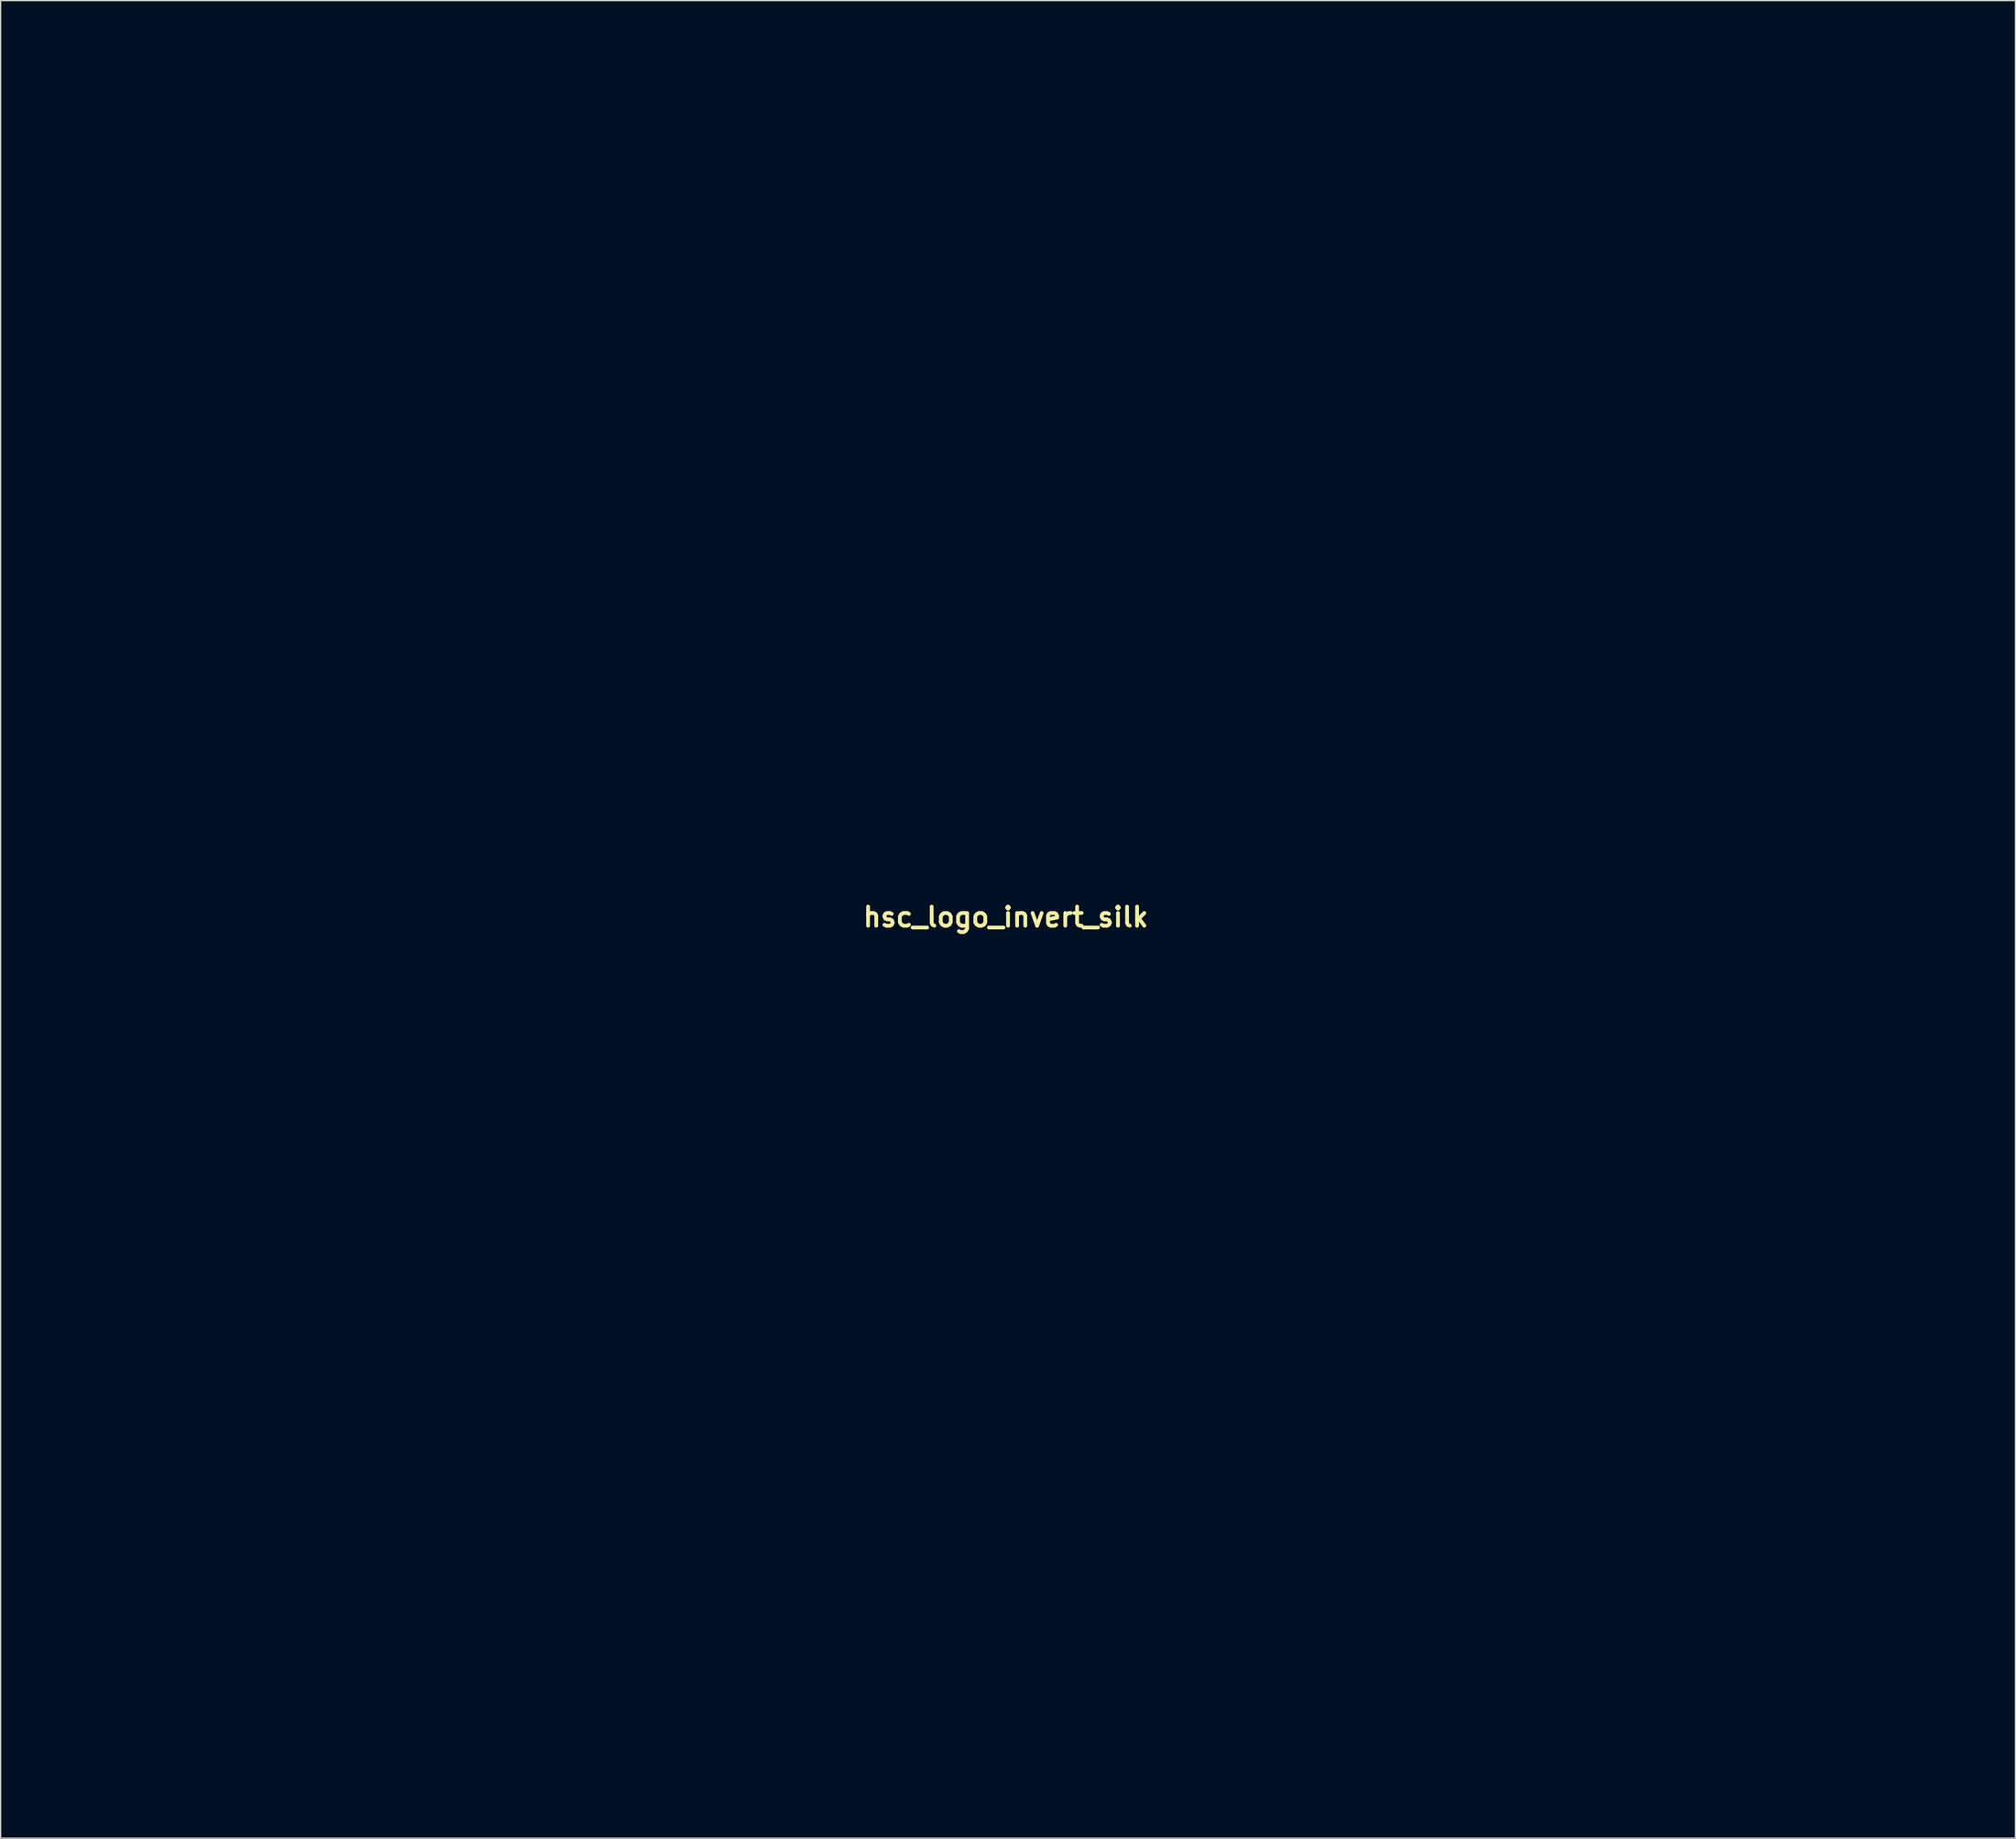
<source format=kicad_pcb>
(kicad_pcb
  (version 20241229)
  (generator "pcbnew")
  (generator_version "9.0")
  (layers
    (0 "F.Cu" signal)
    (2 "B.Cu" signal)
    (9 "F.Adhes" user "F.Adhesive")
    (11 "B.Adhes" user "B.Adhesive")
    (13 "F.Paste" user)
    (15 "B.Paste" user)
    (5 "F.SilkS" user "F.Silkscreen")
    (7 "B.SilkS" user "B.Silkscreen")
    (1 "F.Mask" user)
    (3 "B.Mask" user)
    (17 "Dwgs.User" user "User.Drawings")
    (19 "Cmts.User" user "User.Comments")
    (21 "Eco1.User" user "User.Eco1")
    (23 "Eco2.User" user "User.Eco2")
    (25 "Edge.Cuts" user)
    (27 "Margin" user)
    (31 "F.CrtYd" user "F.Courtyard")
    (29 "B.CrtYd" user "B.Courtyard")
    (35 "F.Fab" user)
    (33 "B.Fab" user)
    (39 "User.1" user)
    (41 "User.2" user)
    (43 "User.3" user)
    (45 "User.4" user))
  (footprint "hsc_logo_invert_silk"
    (layer "F.Cu")
    (at 77.263 70.208)
    (property "Reference" "hsc_logo_invert_silk" (at 0 0 0) (layer "F.SilkS") (effects (font (size 1.524 1.524) (thickness 0.3))))
    (attr through_hole)
    (fp_poly (pts (xy -75.142 70.379) (xy -75.318 70.556) (xy -75.494 70.379) (xy -75.318 70.203) (xy -75.142 70.379)) (stroke (width 0.01) (type solid)) (fill yes) (layer "F.Mask"))
    (fp_poly (pts (xy -74.083 69.674) (xy -74.26 69.85) (xy -74.436 69.674) (xy -74.26 69.497) (xy -74.083 69.674)) (stroke (width 0.01) (type solid)) (fill yes) (layer "F.Mask"))
    (fp_poly (pts (xy -71.967 70.379) (xy -72.143 70.556) (xy -72.319 70.379) (xy -72.143 70.203) (xy -71.967 70.379)) (stroke (width 0.01) (type solid)) (fill yes) (layer "F.Mask"))
    (fp_poly (pts (xy -74.554 68.909) (xy -74.602 69.119) (xy -74.789 69.144) (xy -75.079 69.015) (xy -75.024 68.909) (xy -74.605 68.867) (xy -74.554 68.909)) (stroke (width 0.01) (type solid)) (fill yes) (layer "F.Mask"))
    (fp_poly (pts (xy -70.556 69.928) (xy -70.556 69.983) (xy -70.82 70.478) (xy -71.085 70.556) (xy -71.555 70.483) (xy -71.614 70.422) (xy -71.38 70.118) (xy -71.085 69.85) (xy -70.667 69.604) (xy -70.556 69.928)) (stroke (width 0.01) (type solid)) (fill yes) (layer "F.Mask"))
    (fp_poly (pts (xy -73.438 69.284) (xy -73.028 69.812) (xy -73.186 70.316) (xy -73.819 70.515) (xy -74.284 70.45) (xy -74.064 70.329) (xy -74.015 70.316) (xy -73.592 69.946) (xy -73.634 69.594) (xy -73.671 69.214) (xy -73.438 69.284)) (stroke (width 0.01) (type solid)) (fill yes) (layer "F.Mask"))
    (fp_poly (pts (xy -27.226 -58.012) (xy -27.199 -57.62) (xy -27.071 -56.721) (xy -26.95 -56.297) (xy -26.983 -55.825) (xy -27.303 -55.739) (xy -27.775 -55.959) (xy -27.834 -56.18) (xy -27.705 -56.839) (xy -27.517 -57.503) (xy -27.31 -58.082) (xy -27.226 -58.012)) (stroke (width 0.01) (type solid)) (fill yes) (layer "F.Mask"))
    (fp_poly (pts (xy -21.441 -59.792) (xy -21.227 -59.664) (xy -20.891 -59.104) (xy -20.885 -58.295) (xy -21.159 -57.556) (xy -21.608 -57.215) (xy -22.008 -57.265) (xy -22.189 -57.722) (xy -22.225 -58.535) (xy -22.165 -59.53) (xy -21.931 -59.918) (xy -21.441 -59.792)) (stroke (width 0.01) (type solid)) (fill yes) (layer "F.Mask"))
    (fp_poly (pts (xy -15.797 -59.792) (xy -15.582 -59.664) (xy -15.246 -59.104) (xy -15.24 -58.295) (xy -15.514 -57.556) (xy -15.963 -57.215) (xy -16.364 -57.265) (xy -16.544 -57.722) (xy -16.581 -58.535) (xy -16.521 -59.53) (xy -16.287 -59.918) (xy -15.797 -59.792)) (stroke (width 0.01) (type solid)) (fill yes) (layer "F.Mask"))
    (fp_poly (pts (xy 9.913 -59.63) (xy 10.137 -58.78) (xy 10.227 -57.294) (xy 10.231 -56.776) (xy 10.213 -55.37) (xy 10.139 -54.528) (xy 9.977 -54.112) (xy 9.693 -53.98) (xy 9.584 -53.975) (xy 8.913 -54.09) (xy 8.702 -54.21) (xy 8.515 -54.765) (xy 8.44 -55.776) (xy 8.465 -57.005) (xy 8.578 -58.216) (xy 8.765 -59.17) (xy 8.98 -59.607) (xy 9.535 -59.89) (xy 9.913 -59.63)) (stroke (width 0.01) (type solid)) (fill yes) (layer "F.Mask"))
    (fp_poly (pts (xy 15.91 -59.63) (xy 16.134 -58.78) (xy 16.224 -57.294) (xy 16.228 -56.776) (xy 16.21 -55.37) (xy 16.136 -54.528) (xy 15.974 -54.112) (xy 15.69 -53.98) (xy 15.581 -53.975) (xy 14.91 -54.09) (xy 14.699 -54.21) (xy 14.512 -54.765) (xy 14.438 -55.776) (xy 14.463 -57.005) (xy 14.575 -58.216) (xy 14.763 -59.17) (xy 14.978 -59.607) (xy 15.532 -59.89) (xy 15.91 -59.63)) (stroke (width 0.01) (type solid)) (fill yes) (layer "F.Mask"))
    (fp_poly (pts (xy -34.247 -46.755) (xy -33.731 -46.449) (xy -32.808 -45.845) (xy -32.808 -40.808) (xy -32.836 -38.458) (xy -32.921 -36.78) (xy -33.064 -35.744) (xy -33.232 -35.348) (xy -34.006 -34.972) (xy -35.002 -34.938) (xy -35.904 -35.217) (xy -36.334 -35.626) (xy -36.486 -36.292) (xy -36.585 -37.558) (xy -36.626 -39.324) (xy -36.611 -41.169) (xy -36.568 -43.101) (xy -36.515 -44.449) (xy -36.43 -45.336) (xy -36.288 -45.882) (xy -36.066 -46.21) (xy -35.741 -46.443) (xy -35.583 -46.533) (xy -34.847 -46.855) (xy -34.247 -46.755)) (stroke (width 0.01) (type solid)) (fill yes) (layer "F.Mask"))
    (fp_poly (pts (xy 66.517 65.844) (xy 67.128 66.256) (xy 67.278 66.791) (xy 67.092 67.105) (xy 66.882 67.622) (xy 67.079 67.972) (xy 67.268 68.36) (xy 66.983 68.448) (xy 66.932 68.648) (xy 67.345 69.146) (xy 67.733 69.497) (xy 68.968 70.537) (xy 64.823 70.546) (xy 63.209 70.529) (xy 61.89 70.475) (xy 61.005 70.392) (xy 60.691 70.291) (xy 60.956 69.938) (xy 61.612 69.348) (xy 62.014 69.03) (xy 62.958 68.405) (xy 63.773 68.182) (xy 64.823 68.258) (xy 65.842 68.351) (xy 66.244 68.18) (xy 66.061 67.672) (xy 65.44 66.885) (xy 64.876 66.213) (xy 64.574 65.823) (xy 64.558 65.792) (xy 64.865 65.735) (xy 65.594 65.695) (xy 66.517 65.844)) (stroke (width 0.01) (type solid)) (fill yes) (layer "F.Mask"))
    (fp_poly (pts (xy 74.737 45.819) (xy 74.967 46.076) (xy 75.349 46.463) (xy 75.483 46.412) (xy 75.71 46.422) (xy 76.267 46.835) (xy 76.553 47.096) (xy 77.611 48.11) (xy 77.611 58.948) (xy 76.641 59.795) (xy 75.633 60.404) (xy 74.22 60.934) (xy 72.705 61.289) (xy 71.661 61.383) (xy 71.037 61.229) (xy 70.024 60.826) (xy 68.945 60.313) (xy 67.792 59.69) (xy 66.854 59.121) (xy 66.375 58.765) (xy 66.067 57.985) (xy 66.246 56.853) (xy 66.879 55.495) (xy 67.36 54.765) (xy 68.008 53.787) (xy 68.479 52.926) (xy 68.58 52.674) (xy 69.021 51.873) (xy 69.506 51.321) (xy 70.031 50.705) (xy 70.203 50.281) (xy 70.433 49.856) (xy 71.046 49.071) (xy 71.93 48.069) (xy 72.332 47.64) (xy 73.36 46.581) (xy 74.026 45.97) (xy 74.446 45.739) (xy 74.737 45.819)) (stroke (width 0.01) (type solid)) (fill yes) (layer "F.Mask"))
    (fp_poly (pts (xy 77.611 -22.225) (xy -68.076 -22.225) (xy -69.316 -19.717) (xy -70.056 -18.141) (xy -70.443 -17.094) (xy -70.49 -16.5) (xy -70.212 -16.286) (xy -69.938 -16.301) (xy -69.462 -16.189) (xy -69.414 -15.948) (xy -69.356 -15.672) (xy -68.89 -15.824) (xy -68.752 -15.896) (xy -68.094 -16.123) (xy -67.737 -15.881) (xy -67.364 -15.519) (xy -67.251 -15.498) (xy -66.648 -15.447) (xy -65.913 -15.229) (xy -65.367 -14.955) (xy -65.264 -14.816) (xy -64.959 -14.718) (xy -64.191 -14.794) (xy -63.765 -14.88) (xy -61.855 -15.024) (xy -60.246 -14.563) (xy -59.009 -13.541) (xy -58.214 -12.004) (xy -58.025 -11.19) (xy -57.77 -9.995) (xy -57.379 -8.54) (xy -57.106 -7.663) (xy -56.43 -5.624) (xy -58.186 -2.197) (xy -58.94 -0.644) (xy -59.443 0.569) (xy -59.655 1.339) (xy -59.624 1.547) (xy -59.066 1.656) (xy -58.173 1.384) (xy -57.147 0.814) (xy -56.423 0.251) (xy -54.534 -1.361) (xy -53.004 -2.476) (xy -51.865 -3.073) (xy -51.376 -3.175) (xy -50.604 -2.943) (xy -49.716 -2.191) (xy -49.142 -1.533) (xy -48.376 -0.595) (xy -47.309 0.707) (xy -46.088 2.196) (xy -44.979 3.548) (xy -43.685 5.133) (xy -42.355 6.777) (xy -41.161 8.267) (xy -40.404 9.225) (xy -38.577 11.504) (xy -36.658 13.8) (xy -34.815 15.916) (xy -33.231 17.639) (xy -31.714 19.226) (xy -30.782 17.992) (xy -30.061 17.132) (xy -29.033 16.021) (xy -27.908 14.885) (xy -27.801 14.782) (xy -26.738 13.663) (xy -26.022 12.718) (xy -25.94 12.524) (xy -21.872 12.524) (xy -21.696 12.7) (xy -21.519 12.524) (xy -20.99 12.524) (xy -20.135 13.494) (xy -19.446 14.231) (xy -19.111 14.46) (xy -19.05 14.349) (xy -19.287 14.065) (xy -19.871 13.512) (xy -20.02 13.379) (xy -20.99 12.524) (xy -21.519 12.524) (xy -21.696 12.347) (xy -21.872 12.524) (xy -25.94 12.524) (xy -25.767 12.112) (xy -23.166 12.112) (xy -23.117 12.322) (xy -22.931 12.347) (xy -22.64 12.218) (xy -22.665 12.171) (xy 11.751 12.171) (xy 11.769 13.108) (xy 11.821 13.52) (xy 11.894 13.324) (xy 11.955 12.251) (xy 11.897 11.207) (xy 11.825 10.916) (xy 11.773 11.257) (xy 11.751 12.155) (xy 11.751 12.171) (xy -22.665 12.171) (xy -22.695 12.112) (xy -23.114 12.07) (xy -23.166 12.112) (xy -25.767 12.112) (xy -25.753 12.079) (xy -25.753 12.069) (xy -25.627 10.98) (xy -25.284 9.402) (xy -25.035 8.467) (xy 11.994 8.467) (xy 12.124 8.757) (xy 12.23 8.702) (xy 12.272 8.283) (xy 12.23 8.231) (xy 12.02 8.28) (xy 11.994 8.467) (xy -25.035 8.467) (xy -24.775 7.496) (xy -24.15 5.425) (xy -23.461 3.353) (xy -22.758 1.441) (xy -22.736 1.388) (xy -17.207 1.388) (xy -16.955 3.183) (xy -16.538 4.735) (xy -15.816 6.563) (xy -15.068 7.78) (xy -14.322 8.365) (xy -13.607 8.296) (xy -12.953 7.552) (xy -12.885 7.426) (xy -12.482 6.073) (xy -12.37 4.323) (xy -12.52 2.401) (xy -12.727 1.388) (xy -1.332 1.388) (xy -1.08 3.183) (xy -0.663 4.735) (xy 0.059 6.563) (xy 0.807 7.78) (xy 1.553 8.365) (xy 2.268 8.296) (xy 2.922 7.552) (xy 2.99 7.426) (xy 3.31 6.35) (xy 12.347 6.35) (xy 12.476 6.64) (xy 12.582 6.585) (xy 12.625 6.167) (xy 12.582 6.115) (xy 12.373 6.163) (xy 12.347 6.35) (xy 3.31 6.35) (xy 3.393 6.073) (xy 3.488 4.586) (xy 12.7 4.586) (xy 12.829 4.876) (xy 12.935 4.821) (xy 12.977 4.403) (xy 12.935 4.351) (xy 12.725 4.399) (xy 12.7 4.586) (xy 3.488 4.586) (xy 3.505 4.323) (xy 3.374 2.646) (xy 13.406 2.646) (xy 13.582 2.822) (xy 13.758 2.646) (xy 13.582 2.469) (xy 13.406 2.646) (xy 3.374 2.646) (xy 3.355 2.401) (xy 2.973 0.528) (xy 2.844 0.176) (xy 14.464 0.176) (xy 14.64 0.353) (xy 14.817 0.176) (xy 14.64 0) (xy 14.464 0.176) (xy 2.844 0.176) (xy 2.387 -1.071) (xy 1.742 -2.059) (xy 0.827 -2.76) (xy 0.035 -2.844) (xy -0.605 -2.389) (xy -1.066 -1.479) (xy -1.318 -0.192) (xy -1.332 1.388) (xy -12.727 1.388) (xy -12.902 0.528) (xy -13.488 -1.071) (xy -14.133 -2.059) (xy -15.048 -2.76) (xy -15.84 -2.844) (xy -16.48 -2.389) (xy -16.941 -1.479) (xy -17.193 -0.192) (xy -17.207 1.388) (xy -22.736 1.388) (xy -22.093 -0.147) (xy -21.661 -1.007) (xy -20.066 -3.749) (xy -18.65 -6) (xy -17.663 -7.402) (xy -9.121 -7.402) (xy -9.035 -5.89) (xy -8.75 -4.346) (xy -8.256 -2.864) (xy -7.541 -1.539) (xy -7.174 -1.054) (xy -6.626 -0.453) (xy -6.217 -0.253) (xy -5.827 -0.515) (xy -5.337 -1.302) (xy -4.825 -2.293) (xy -4.302 -3.448) (xy -4.102 -4.369) (xy -4.165 -5.412) (xy -4.229 -5.821) (xy -4.584 -7.385) (xy 6.75 -7.385) (xy 6.835 -5.874) (xy 7.12 -4.332) (xy 7.616 -2.853) (xy 8.335 -1.533) (xy 8.683 -1.075) (xy 9.539 -0.248) (xy 10.238 -0.07) (xy 10.886 -0.533) (xy 11.174 -0.927) (xy 11.399 -1.529) (xy 20.117 -1.529) (xy 20.133 -0.214) (xy 20.374 1.207) (xy 20.857 2.635) (xy 21.597 3.969) (xy 22.384 4.747) (xy 23.142 4.866) (xy 23.782 4.322) (xy 23.932 4.04) (xy 24.317 2.485) (xy 24.286 0.666) (xy 23.881 -1.144) (xy 23.145 -2.672) (xy 22.82 -3.087) (xy 21.965 -3.772) (xy 21.25 -3.86) (xy 20.693 -3.451) (xy 20.309 -2.641) (xy 20.117 -1.529) (xy 11.399 -1.529) (xy 11.628 -2.144) (xy 11.774 -3.777) (xy 11.699 -4.837) (xy 17.639 -4.837) (xy 17.708 -4.588) (xy 17.739 -4.616) (xy 18.002 -4.983) (xy 18.356 -5.468) (xy 18.688 -5.948) (xy 18.565 -5.925) (xy 18.256 -5.689) (xy 17.761 -5.152) (xy 17.639 -4.837) (xy 11.699 -4.837) (xy 11.643 -5.624) (xy 11.381 -6.91) (xy 27.22 -6.91) (xy 27.459 -5.498) (xy 27.974 -4.106) (xy 28.78 -2.852) (xy 28.796 -2.833) (xy 29.73 -2.011) (xy 30.576 -1.806) (xy 31.25 -2.232) (xy 31.385 -2.446) (xy 31.71 -3.599) (xy 31.732 -5.081) (xy 31.497 -6.688) (xy 31.048 -8.214) (xy 30.432 -9.452) (xy 29.694 -10.198) (xy 29.682 -10.204) (xy 28.749 -10.437) (xy 28.022 -10.107) (xy 27.515 -9.331) (xy 27.243 -8.227) (xy 27.22 -6.91) (xy 11.381 -6.91) (xy 11.265 -7.479) (xy 10.667 -9.14) (xy 9.879 -10.403) (xy 9.804 -10.485) (xy 8.927 -11.153) (xy 8.183 -11.221) (xy 7.581 -10.783) (xy 7.134 -9.934) (xy 6.854 -8.77) (xy 6.75 -7.385) (xy -4.584 -7.385) (xy -4.713 -7.955) (xy -5.373 -9.529) (xy -6.082 -10.495) (xy -6.957 -11.165) (xy -7.7 -11.234) (xy -8.298 -10.798) (xy -8.742 -9.951) (xy -9.02 -8.787) (xy -9.121 -7.402) (xy -17.663 -7.402) (xy -17.303 -7.914) (xy -15.914 -9.642) (xy -14.373 -11.338) (xy -13.582 -12.149) (xy -11.886 -13.808) (xy -10.494 -15.037) (xy -9.262 -15.951) (xy -8.046 -16.665) (xy -7.624 -16.875) (xy -4.658 -18.028) (xy -1.92 -18.516) (xy 0.595 -18.337) (xy 2.895 -17.492) (xy 4.986 -15.979) (xy 4.988 -15.977) (xy 5.92 -15.112) (xy 7.358 -16.019) (xy 9.731 -17.256) (xy 12.163 -18.055) (xy 14.431 -18.341) (xy 14.464 -18.341) (xy 16.829 -17.998) (xy 19.029 -17.034) (xy 20.938 -15.531) (xy 22.434 -13.57) (xy 22.857 -12.747) (xy 23.24 -11.911) (xy 23.477 -11.404) (xy 23.503 -11.353) (xy 23.797 -11.481) (xy 24.497 -11.927) (xy 25.313 -12.495) (xy 28.3 -14.303) (xy 31.255 -15.414) (xy 33.558 -15.796) (xy 34.996 -15.853) (xy 36.065 -15.738) (xy 37.096 -15.394) (xy 37.849 -15.045) (xy 39.733 -13.768) (xy 41.266 -11.936) (xy 42.485 -9.501) (xy 42.544 -9.349) (xy 43.002 -7.537) (xy 43.226 -5.279) (xy 43.218 -2.792) (xy 42.981 -0.292) (xy 42.519 2.002) (xy 42.383 2.469) (xy 40.821 6.639) (xy 38.895 10.246) (xy 36.621 13.26) (xy 36.505 13.387) (xy 35.521 14.486) (xy 34.749 15.399) (xy 34.296 15.999) (xy 34.219 16.151) (xy 33.958 16.641) (xy 33.268 17.416) (xy 32.289 18.346) (xy 31.161 19.301) (xy 30.025 20.149) (xy 29.692 20.37) (xy 28.686 21.072) (xy 28.125 21.572) (xy 28.038 21.811) (xy 28.457 21.73) (xy 29.16 21.403) (xy 30.72 20.396) (xy 32.505 18.93) (xy 34.373 17.148) (xy 36.183 15.192) (xy 37.793 13.207) (xy 39.008 11.426) (xy 39.246 11.116) (xy 39.584 11.003) (xy 40.186 11.094) (xy 41.22 11.402) (xy 41.83 11.601) (xy 43.103 12.023) (xy 44.146 12.377) (xy 44.746 12.59) (xy 44.765 12.597) (xy 45.097 12.57) (xy 45.105 12.012) (xy 45.08 11.875) (xy 45.047 11.271) (xy 45.207 11.144) (xy 45.49 11.624) (xy 45.508 11.796) (xy 45.711 12.302) (xy 46.156 12.798) (xy 46.598 13.043) (xy 46.734 13.003) (xy 46.76 12.606) (xy 46.687 11.701) (xy 46.675 11.608) (xy 48.683 11.608) (xy 48.891 11.97) (xy 49.396 11.811) (xy 49.638 11.604) (xy 50.037 11.471) (xy 50.423 11.95) (xy 51.137 12.748) (xy 52.195 13.417) (xy 53.246 13.739) (xy 53.335 13.744) (xy 54.115 13.632) (xy 54.816 13.421) (xy 55.968 12.753) (xy 57.301 11.617) (xy 58.657 10.167) (xy 59.879 8.556) (xy 60.02 8.342) (xy 61.553 5.512) (xy 62.81 2.261) (xy 63.714 -1.155) (xy 64.185 -4.48) (xy 64.228 -5.339) (xy 64.362 -7.106) (xy 64.643 -8.239) (xy 64.825 -8.542) (xy 65.215 -9.32) (xy 65.005 -9.882) (xy 64.293 -10.064) (xy 63.949 -10.009) (xy 63.143 -9.706) (xy 62.712 -9.382) (xy 62.463 -8.721) (xy 62.568 -8.218) (xy 62.794 -8.114) (xy 62.984 -7.793) (xy 63.106 -6.96) (xy 63.135 -6.085) (xy 62.958 -3.318) (xy 62.49 -0.612) (xy 61.772 1.974) (xy 60.845 4.38) (xy 59.752 6.547) (xy 58.535 8.414) (xy 57.235 9.922) (xy 55.894 11.012) (xy 54.554 11.624) (xy 53.256 11.698) (xy 52.043 11.174) (xy 51.429 10.613) (xy 50.673 9.443) (xy 50.447 8.461) (xy 50.352 7.72) (xy 50.122 7.408) (xy 50.119 7.408) (xy 49.878 7.714) (xy 49.54 8.484) (xy 49.181 9.498) (xy 48.876 10.536) (xy 48.7 11.379) (xy 48.683 11.608) (xy 46.675 11.608) (xy 46.531 10.475) (xy 46.513 10.35) (xy 46.374 8.288) (xy 46.465 5.767) (xy 46.763 2.985) (xy 47.244 0.141) (xy 47.885 -2.565) (xy 48.168 -3.528) (xy 48.303 -3.898) (xy 51.55 -3.898) (xy 51.615 -3.182) (xy 51.9 -1.63) (xy 52.32 -0.35) (xy 52.817 0.571) (xy 53.333 1.044) (xy 53.807 0.984) (xy 54.114 0.5) (xy 54.292 -0.458) (xy 54.333 -1.845) (xy 54.249 -3.399) (xy 54.056 -4.862) (xy 53.768 -5.972) (xy 53.76 -5.99) (xy 53.197 -7.032) (xy 52.647 -7.433) (xy 52.158 -7.257) (xy 51.78 -6.567) (xy 51.561 -5.426) (xy 51.55 -3.898) (xy 48.303 -3.898) (xy 49.265 -6.541) (xy 50.594 -9.417) (xy 51.652 -11.284) (xy 56.167 -11.284) (xy 56.248 -9.912) (xy 56.508 -8.466) (xy 56.902 -7.117) (xy 57.385 -6.037) (xy 57.911 -5.395) (xy 58.204 -5.292) (xy 58.608 -5.568) (xy 58.939 -6.044) (xy 59.157 -6.907) (xy 59.221 -8.211) (xy 59.145 -9.71) (xy 58.944 -11.158) (xy 58.633 -12.312) (xy 58.541 -12.524) (xy 57.899 -13.38) (xy 57.218 -13.574) (xy 56.617 -13.111) (xy 56.312 -12.412) (xy 56.167 -11.284) (xy 51.652 -11.284) (xy 52.096 -12.069) (xy 53.709 -14.414) (xy 55.372 -16.365) (xy 57.023 -17.837) (xy 58.601 -18.746) (xy 59.268 -18.948) (xy 61.085 -19.1) (xy 62.577 -18.685) (xy 63.897 -17.655) (xy 64.105 -17.428) (xy 65.18 -15.731) (xy 65.944 -13.512) (xy 66.406 -10.881) (xy 66.572 -7.945) (xy 66.451 -4.813) (xy 66.049 -1.594) (xy 65.373 1.603) (xy 64.431 4.67) (xy 63.229 7.499) (xy 62.333 9.125) (xy 61.541 10.463) (xy 60.772 11.833) (xy 60.343 12.647) (xy 59.64 13.808) (xy 58.696 15.084) (xy 58.138 15.734) (xy 57.446 16.544) (xy 57.07 17.106) (xy 57.076 17.286) (xy 57.597 17.002) (xy 58.383 16.23) (xy 59.342 15.09) (xy 60.381 13.701) (xy 61.407 12.185) (xy 61.511 12.013) (xy 62.855 12.013) (xy 62.989 12.662) (xy 63.514 13.785) (xy 63.525 13.807) (xy 64 14.667) (xy 64.348 14.959) (xy 64.693 14.656) (xy 65.156 13.732) (xy 65.289 13.436) (xy 65.636 12.481) (xy 65.542 11.936) (xy 64.92 11.693) (xy 63.824 11.642) (xy 63.127 11.714) (xy 62.855 12.013) (xy 61.511 12.013) (xy 62.328 10.66) (xy 62.653 10.06) (xy 63.356 8.72) (xy 63.93 7.634) (xy 64.302 6.943) (xy 64.402 6.766) (xy 64.737 6.843) (xy 65.483 7.168) (xy 65.921 7.384) (xy 66.805 7.82) (xy 67.388 8.081) (xy 67.494 8.114) (xy 67.696 7.799) (xy 68.111 6.912) (xy 68.704 5.543) (xy 69.438 3.782) (xy 70.279 1.717) (xy 71.191 -0.562) (xy 72.139 -2.966) (xy 73.087 -5.406) (xy 74 -7.793) (xy 74.843 -10.037) (xy 75.579 -12.049) (xy 76.174 -13.739) (xy 76.241 -13.935) (xy 77.435 -17.462) (xy 77.529 -1.587) (xy 77.623 14.287) (xy 76.685 16.404) (xy 76.042 17.832) (xy 75.149 19.782) (xy 74.06 22.141) (xy 72.827 24.794) (xy 71.505 27.626) (xy 70.147 30.523) (xy 68.806 33.372) (xy 67.537 36.057) (xy 66.391 38.464) (xy 65.424 40.479) (xy 65.295 40.746) (xy 64.448 42.437) (xy 63.303 44.638) (xy 61.915 47.248) (xy 60.34 50.165) (xy 58.634 53.29) (xy 56.851 56.521) (xy 55.047 59.757) (xy 53.278 62.897) (xy 51.598 65.841) (xy 50.064 68.487) (xy 50.044 68.52) (xy 48.86 70.542) (xy 41.852 70.549) (xy 34.844 70.556) (xy 35.469 69.601) (xy 36.675 67.718) (xy 38.035 65.52) (xy 39.516 63.066) (xy 41.085 60.415) (xy 42.712 57.625) (xy 44.362 54.754) (xy 46.004 51.862) (xy 47.605 49.006) (xy 49.132 46.245) (xy 50.554 43.639) (xy 51.838 41.244) (xy 52.951 39.12) (xy 53.861 37.325) (xy 54.536 35.918) (xy 54.942 34.958) (xy 55.049 34.502) (xy 54.907 34.531) (xy 54.707 34.578) (xy 54.53 34.301) (xy 54.357 33.614) (xy 54.17 32.432) (xy 53.947 30.669) (xy 53.838 29.722) (xy 53.542 27.114) (xy 53.323 25.224) (xy 66.675 25.224) (xy 66.851 25.4) (xy 67.028 25.224) (xy 66.851 25.047) (xy 66.675 25.224) (xy 53.323 25.224) (xy 53.312 25.125) (xy 53.128 23.674) (xy 52.972 22.681) (xy 52.826 22.065) (xy 52.67 21.744) (xy 52.486 21.638) (xy 52.256 21.666) (xy 51.993 21.738) (xy 50.358 21.805) (xy 48.73 21.268) (xy 47.26 20.213) (xy 46.097 18.726) (xy 45.819 18.183) (xy 45.434 17.389) (xy 45.198 17.004) (xy 45.163 17.013) (xy 44.877 17.083) (xy 44.198 16.894) (xy 44.185 16.889) (xy 43.18 16.602) (xy 41.827 16.35) (xy 40.377 16.162) (xy 39.079 16.071) (xy 38.181 16.108) (xy 38.097 16.126) (xy 37.526 16.455) (xy 37.394 16.737) (xy 37.622 17.158) (xy 38.236 17.963) (xy 39.135 19.024) (xy 39.935 19.911) (xy 41.897 22.077) (xy 43.348 23.78) (xy 44.296 25.032) (xy 44.752 25.844) (xy 44.799 26.064) (xy 44.625 26.652) (xy 44.187 27.53) (xy 44.009 27.828) (xy 43.653 28.479) (xy 43.422 29.174) (xy 43.289 30.081) (xy 43.229 31.37) (xy 43.215 33.036) (xy 43.239 34.96) (xy 43.362 36.338) (xy 43.666 37.33) (xy 44.23 38.094) (xy 45.134 38.79) (xy 46.459 39.577) (xy 46.52 39.612) (xy 48.061 40.694) (xy 48.954 41.891) (xy 49.259 43.326) (xy 49.057 45.024) (xy 48.704 46.23) (xy 48.187 47.033) (xy 47.309 47.735) (xy 47.255 47.771) (xy 45.861 48.693) (xy 45.86 47.718) (xy 45.524 46.295) (xy 44.513 44.868) (xy 42.815 43.423) (xy 42.04 42.901) (xy 40.776 42.045) (xy 39.896 41.281) (xy 39.199 40.385) (xy 38.482 39.131) (xy 38.242 38.667) (xy 37.594 37.454) (xy 37.052 36.526) (xy 36.703 36.03) (xy 36.639 35.985) (xy 36.324 36.3) (xy 35.946 37.125) (xy 35.565 38.277) (xy 35.241 39.571) (xy 35.034 40.824) (xy 35.018 40.975) (xy 34.938 42.437) (xy 35.031 43.706) (xy 35.35 44.949) (xy 35.946 46.333) (xy 36.872 48.025) (xy 37.582 49.217) (xy 38.453 50.678) (xy 39.17 51.928) (xy 39.664 52.841) (xy 39.863 53.29) (xy 39.864 53.301) (xy 39.543 53.467) (xy 38.704 53.583) (xy 37.632 53.622) (xy 36.342 53.585) (xy 35.518 53.424) (xy 34.924 53.071) (xy 34.546 52.701) (xy 33.797 52.013) (xy 32.711 51.149) (xy 31.706 50.425) (xy 30.672 49.669) (xy 29.89 49.005) (xy 29.536 48.585) (xy 29.404 48.001) (xy 29.243 46.949) (xy 29.099 45.756) (xy 28.871 44.209) (xy 28.537 43.284) (xy 28.018 42.9) (xy 27.234 42.975) (xy 26.611 43.202) (xy 25.752 43.515) (xy 25.211 43.625) (xy 25.144 43.606) (xy 25.021 43.218) (xy 24.809 42.291) (xy 24.54 40.981) (xy 24.35 39.986) (xy 24.037 38.415) (xy 23.818 37.518) (xy 23.699 37.266) (xy 23.686 37.633) (xy 23.785 38.591) (xy 24.003 40.112) (xy 24.132 40.922) (xy 24.362 42.472) (xy 24.529 43.908) (xy 24.606 44.974) (xy 24.608 45.156) (xy 24.607 46.877) (xy 24.696 48.082) (xy 24.924 48.956) (xy 25.337 49.687) (xy 25.948 50.421) (xy 26.956 51.386) (xy 28.055 52.219) (xy 28.485 52.475) (xy 29.814 53.336) (xy 30.654 54.368) (xy 31.093 55.736) (xy 31.219 57.607) (xy 31.219 57.618) (xy 31.109 59.644) (xy 30.745 61.138) (xy 30.071 62.242) (xy 29.1 63.059) (xy 28.297 63.555) (xy 27.772 63.832) (xy 27.698 63.853) (xy 27.579 63.542) (xy 27.518 62.777) (xy 27.517 62.604) (xy 27.269 61.151) (xy 26.624 59.663) (xy 25.733 58.447) (xy 25.341 58.108) (xy 24.573 57.556) (xy 23.529 56.813) (xy 22.931 56.389) (xy 21.944 55.654) (xy 21.199 54.961) (xy 20.574 54.147) (xy 19.951 53.049) (xy 19.209 51.504) (xy 18.985 51.016) (xy 18.366 49.731) (xy 17.817 48.718) (xy 17.425 48.132) (xy 17.327 48.05) (xy 17.061 48.303) (xy 16.686 49.08) (xy 16.273 50.224) (xy 16.199 50.462) (xy 15.805 51.933) (xy 15.598 53.262) (xy 15.548 54.749) (xy 15.602 56.289) (xy 15.699 57.697) (xy 15.859 58.887) (xy 16.134 60) (xy 16.575 61.177) (xy 17.233 62.556) (xy 18.161 64.279) (xy 19.21 66.137) (xy 19.924 67.465) (xy 20.474 68.631) (xy 20.779 69.456) (xy 20.814 69.665) (xy 20.752 70.035) (xy 20.466 70.249) (xy 19.807 70.35) (xy 18.627 70.378) (xy 18.257 70.379) (xy 16.914 70.36) (xy 16.087 70.263) (xy 15.585 70.033) (xy 15.218 69.612) (xy 15.1 69.432) (xy 14.53 68.767) (xy 13.569 67.877) (xy 12.41 66.936) (xy 12.21 66.786) (xy 10.846 65.7) (xy 9.964 64.746) (xy 9.433 63.706) (xy 9.122 62.367) (xy 9.012 61.56) (xy 8.772 59.664) (xy 8.575 58.384) (xy 8.402 57.633) (xy 8.236 57.325) (xy 8.113 57.327) (xy 7.758 57.238) (xy 7.684 57.094) (xy 7.478 56.89) (xy 6.985 56.917) (xy 6.084 57.199) (xy 4.879 57.67) (xy 4.534 57.701) (xy 4.304 57.36) (xy 4.13 56.515) (xy 4.043 55.854) (xy 3.814 54.472) (xy 3.498 53.175) (xy 3.298 52.583) (xy 3.013 51.664) (xy 2.956 50.981) (xy 2.975 50.911) (xy 2.916 50.553) (xy 2.75 50.54) (xy 2.393 50.298) (xy 2.045 49.596) (xy 2.007 49.477) (xy 1.712 48.706) (xy 1.449 48.336) (xy 1.425 48.331) (xy 1.15 48.651) (xy 0.812 49.502) (xy 0.456 50.715) (xy 0.126 52.123) (xy -0.134 53.559) (xy -0.272 54.752) (xy -0.322 56.314) (xy -0.196 57.739) (xy 0.152 59.179) (xy 0.768 60.788) (xy 1.696 62.717) (xy 2.618 64.455) (xy 3.483 66.084) (xy 4.235 67.57) (xy 4.8 68.764) (xy 5.105 69.516) (xy 5.125 69.585) (xy 5.368 70.556) (xy -0.061 70.556) (xy -1.882 68.703) (xy -3.057 67.554) (xy -4.298 66.407) (xy -5.212 65.617) (xy -6.72 64.382) (xy -7.133 60.728) (xy -7.386 58.87) (xy -7.655 57.595) (xy -7.926 56.957) (xy -8.002 56.9) (xy -8.573 56.872) (xy -9.539 57.121) (xy -10.991 57.668) (xy -11.23 57.743) (xy -11.425 57.697) (xy -11.598 57.445) (xy -11.768 56.906) (xy -11.958 55.995) (xy -12.187 54.631) (xy -12.476 52.73) (xy -12.825 50.36) (xy -13.117 48.454) (xy -13.173 48.125) (xy 2.497 48.125) (xy 2.562 48.582) (xy 2.683 48.588) (xy 2.767 48.116) (xy 2.71 47.912) (xy 2.554 47.778) (xy 2.497 48.125) (xy -13.173 48.125) (xy -13.396 46.798) (xy -13.539 46.038) (xy -11.994 46.038) (xy -11.818 46.214) (xy -11.642 46.038) (xy -11.818 45.861) (xy -11.994 46.038) (xy -13.539 46.038) (xy -13.637 45.516) (xy -13.762 44.979) (xy 17.286 44.979) (xy 17.462 45.156) (xy 17.639 44.979) (xy 17.462 44.803) (xy 17.286 44.979) (xy -13.762 44.979) (xy -13.82 44.732) (xy -13.892 44.552) (xy -14.358 44.501) (xy -14.708 44.654) (xy -15.3 44.777) (xy -16.205 44.512) (xy -16.711 44.274) (xy -11.926 44.274) (xy -11.888 44.876) (xy -11.777 44.929) (xy -11.763 44.898) (xy -11.693 44.197) (xy -11.75 43.839) (xy -11.862 43.695) (xy -11.923 44.164) (xy -11.926 44.274) (xy -16.711 44.274) (xy -16.867 44.2) (xy -18.014 43.744) (xy -19.193 43.47) (xy -20.225 43.392) (xy -20.93 43.528) (xy -21.139 43.833) (xy -20.944 44.363) (xy -20.476 45.242) (xy -20.1 45.861) (xy -19.427 46.954) (xy -18.578 48.38) (xy -17.72 49.857) (xy -17.602 50.065) (xy -16.884 51.352) (xy -16.473 52.22) (xy -16.32 52.859) (xy -16.376 53.46) (xy -16.564 54.122) (xy -16.793 55.189) (xy -16.989 56.7) (xy -17.138 58.448) (xy -17.229 60.225) (xy -17.249 61.82) (xy -17.185 63.027) (xy -17.12 63.409) (xy -16.751 64.128) (xy -16.015 65.095) (xy -15.146 66.025) (xy -14.194 67.002) (xy -13.666 67.74) (xy -13.444 68.453) (xy -13.406 69.134) (xy -13.406 70.556) (xy -15.066 70.556) (xy -16.647 70.261) (xy -18.015 69.358) (xy -19.201 67.818) (xy -20.231 65.615) (xy -20.317 65.383) (xy -20.792 64.164) (xy -21.205 63.254) (xy -21.481 62.813) (xy -21.518 62.794) (xy -21.745 63.117) (xy -21.994 63.964) (xy -22.233 65.16) (xy -22.43 66.525) (xy -22.553 67.883) (xy -22.578 68.674) (xy -22.578 70.556) (xy -24.391 70.556) (xy -25.687 70.462) (xy -26.448 70.156) (xy -26.645 69.952) (xy -27.094 69.557) (xy -27.699 69.637) (xy -27.975 69.753) (xy -28.319 69.906) (xy -28.59 69.958) (xy -28.806 69.831) (xy -28.989 69.447) (xy -29.157 68.728) (xy -29.33 67.595) (xy -29.53 65.971) (xy -29.775 63.777) (xy -29.979 61.913) (xy -30.266 59.255) (xy -30.49 57.217) (xy -30.682 55.715) (xy -30.87 54.67) (xy -31.082 54) (xy -31.349 53.623) (xy -31.699 53.459) (xy -32.161 53.426) (xy -32.764 53.443) (xy -33.006 53.446) (xy -34.128 53.471) (xy -34.744 53.609) (xy -35.057 53.955) (xy -35.239 54.504) (xy -35.329 54.912) (xy -35.345 55.35) (xy -35.259 55.918) (xy -35.044 56.718) (xy -34.672 57.851) (xy -34.113 59.419) (xy -33.34 61.522) (xy -33.131 62.089) (xy -32.907 62.785) (xy -32.557 63.982) (xy -32.133 65.494) (xy -31.788 66.763) (xy -30.772 70.556) (xy -35.121 70.556) (xy -36.801 70.532) (xy -38.211 70.468) (xy -39.209 70.373) (xy -39.653 70.257) (xy -39.659 70.249) (xy -39.806 69.787) (xy -40.041 68.803) (xy -40.325 67.47) (xy -40.473 66.723) (xy -40.768 65.323) (xy -41.041 64.231) (xy -41.251 63.598) (xy -41.325 63.501) (xy -41.652 63.742) (xy -42.327 64.385) (xy -43.223 65.309) (xy -43.562 65.671) (xy -44.556 66.776) (xy -45.143 67.556) (xy -45.417 68.184) (xy -45.469 68.835) (xy -45.442 69.208) (xy -45.312 70.573) (xy -50.762 70.476) (xy -56.211 70.379) (xy -57.57 66.166) (xy -58.112 64.446) (xy -58.584 62.875) (xy -58.936 61.627) (xy -59.117 60.875) (xy -59.117 60.874) (xy -59.303 59.933) (xy -59.584 58.64) (xy -59.806 57.679) (xy -60.012 56.622) (xy -60.269 55.028) (xy -60.553 53.063) (xy -60.838 50.892) (xy -61.041 49.212) (xy -61.078 48.924) (xy -26.962 48.924) (xy -26.912 49.036) (xy -26.504 48.787) (xy -25.787 48.13) (xy -24.901 47.195) (xy -24.735 47.008) (xy -23.761 45.759) (xy -22.673 44.143) (xy -22.117 43.215) (xy 1.764 43.215) (xy 1.94 43.392) (xy 2.117 43.215) (xy 1.94 43.039) (xy 1.764 43.215) (xy -22.117 43.215) (xy -21.695 42.51) (xy -12.347 42.51) (xy -12.171 42.686) (xy -11.994 42.51) (xy -12.171 42.333) (xy -12.347 42.51) (xy -21.695 42.51) (xy -21.648 42.432) (xy -21.266 41.724) (xy -21.083 41.376) (xy -13.701 41.376) (xy -13.616 41.573) (xy -13.26 41.952) (xy -13.056 41.874) (xy -13.053 41.825) (xy -13.303 41.527) (xy -13.46 41.418) (xy -13.701 41.376) (xy -21.083 41.376) (xy -20.46 40.189) (xy -19.844 39.22) (xy -19.264 38.769) (xy -18.566 38.785) (xy -17.597 39.219) (xy -16.204 40.021) (xy -16.138 40.06) (xy -14.107 41.247) (xy -14.181 40.746) (xy 1.411 40.746) (xy 1.587 40.922) (xy 1.764 40.746) (xy 1.587 40.569) (xy 1.411 40.746) (xy -14.181 40.746) (xy -14.327 39.762) (xy -14.534 38.462) (xy -14.598 38.1) (xy 1.058 38.1) (xy 1.187 38.39) (xy 1.294 38.335) (xy 1.336 37.917) (xy 1.294 37.865) (xy 1.084 37.913) (xy 1.058 38.1) (xy -14.598 38.1) (xy -14.756 37.204) (xy -14.787 37.042) (xy -15.027 35.807) (xy -16.862 35.928) (xy -17.888 35.944) (xy -18.551 35.856) (xy -18.69 35.751) (xy -18.69 35.748) (xy 0.118 35.748) (xy 0.166 35.958) (xy 0.353 35.983) (xy 0.643 35.854) (xy 0.588 35.748) (xy 0.169 35.706) (xy 0.118 35.748) (xy -18.69 35.748) (xy -18.633 35.454) (xy -5.997 35.454) (xy -5.821 35.631) (xy -5.644 35.454) (xy 10.583 35.454) (xy 10.76 35.631) (xy 10.936 35.454) (xy 10.76 35.278) (xy 10.583 35.454) (xy -5.644 35.454) (xy -5.821 35.278) (xy -5.997 35.454) (xy -18.633 35.454) (xy -18.604 35.301) (xy -18.376 34.333) (xy -18.047 33.009) (xy -17.815 32.103) (xy -17.618 31.268) (xy 22.615 31.268) (xy 22.704 32.18) (xy 22.886 33.422) (xy 22.931 33.69) (xy 23.163 34.927) (xy 23.372 35.815) (xy 23.518 36.198) (xy 23.539 36.198) (xy 23.558 35.802) (xy 23.468 34.893) (xy 23.289 33.651) (xy 23.244 33.377) (xy 23.014 32.139) (xy 22.806 31.251) (xy 22.658 30.869) (xy 22.636 30.869) (xy 22.615 31.268) (xy -17.618 31.268) (xy -17.431 30.477) (xy -17.32 29.911) (xy 7.569 29.911) (xy 7.569 29.912) (xy 7.954 29.839) (xy 8.72 29.399) (xy 9.725 28.692) (xy 10.823 27.822) (xy 11.871 26.889) (xy 11.977 26.787) (xy 13.323 25.481) (xy 15.217 26.134) (xy 16.669 26.521) (xy 18.208 26.762) (xy 18.862 26.8) (xy 20.038 26.88) (xy 20.805 27.173) (xy 21.42 27.748) (xy 21.995 28.662) (xy 22.271 29.574) (xy 22.273 29.6) (xy 22.329 30.142) (xy 22.419 30.005) (xy 22.462 29.81) (xy 22.485 29.001) (xy 22.358 27.934) (xy 22.326 27.766) (xy 22.047 26.428) (xy 19.049 26.35) (xy 18.34 26.282) (xy 30.692 26.282) (xy 30.868 26.458) (xy 31.044 26.282) (xy 30.868 26.106) (xy 30.692 26.282) (xy 18.34 26.282) (xy 16.481 26.103) (xy 14.432 25.482) (xy 12.799 24.442) (xy 11.653 23.188) (xy 11.058 22.435) (xy 10.672 22.053) (xy 10.589 22.067) (xy 10.803 22.507) (xy 11.347 23.269) (xy 11.782 23.807) (xy 12.971 25.212) (xy 12.042 26.04) (xy 11.259 26.702) (xy 10.176 27.577) (xy 9.251 28.3) (xy 8.339 29.045) (xy 7.735 29.624) (xy 7.569 29.911) (xy -17.32 29.911) (xy -17.131 28.941) (xy -16.959 27.732) (xy -16.936 27.34) (xy -16.876 26.218) (xy -16.746 25.28) (xy -16.719 25.165) (xy -16.485 24.655) (xy -16.028 24.596) (xy -15.514 24.75) (xy -14.407 24.975) (xy -13.519 24.985) (xy -12.805 24.784) (xy -12.491 24.249) (xy -12.413 23.724) (xy -12.398 22.939) (xy -12.688 22.63) (xy -13.395 22.578) (xy -13.889 22.517) (xy -11.173 22.517) (xy -11.003 23.038) (xy -10.884 23.236) (xy -10.435 23.845) (xy -10.041 23.927) (xy -9.626 23.706) (xy -9.38 23.223) (xy -9.441 22.538) (xy -9.736 21.994) (xy -10.007 21.878) (xy -10.649 22.059) (xy -10.88 22.183) (xy -11.173 22.517) (xy -13.889 22.517) (xy -14.802 22.405) (xy -15.969 21.946) (xy -16.189 21.756) (xy -5.912 21.756) (xy -5.816 22.435) (xy -5.501 22.578) (xy -4.879 22.291) (xy -4.705 22.025) (xy -4.483 21.761) (xy -4.077 21.928) (xy -3.393 22.534) (xy -1.441 23.989) (xy 0.671 24.765) (xy 2.899 24.852) (xy 5.194 24.244) (xy 5.494 24.114) (xy 6.614 23.527) (xy 7.9 22.743) (xy 8.504 22.334) (xy 9.41 21.734) (xy 10.065 21.38) (xy 10.283 21.337) (xy 10.35 21.139) (xy 10.315 20.451) (xy 10.296 20.271) (xy 10.157 19.461) (xy 10.001 19.059) (xy 9.978 19.05) (xy 9.624 19.257) (xy 8.952 19.773) (xy 8.694 19.987) (xy 7.197 21.025) (xy 5.478 21.873) (xy 3.794 22.42) (xy 2.646 22.567) (xy 0.91 22.327) (xy -0.68 21.686) (xy -1.992 20.745) (xy -2.89 19.604) (xy -3.24 18.365) (xy -3.235 18.158) (xy -3.293 17.24) (xy -3.378 17.153) (xy 11.642 17.153) (xy 11.93 17.271) (xy 12.171 17.286) (xy 12.628 17) (xy 12.7 16.714) (xy 12.607 16.339) (xy 12.222 16.539) (xy 12.171 16.581) (xy 11.732 17.003) (xy 11.642 17.153) (xy -3.378 17.153) (xy -3.588 16.937) (xy -4.053 17.227) (xy -4.618 18.088) (xy -4.903 18.693) (xy -5.609 20.511) (xy -5.912 21.756) (xy -16.189 21.756) (xy -16.73 21.289) (xy -16.933 20.693) (xy -17.035 19.904) (xy -17.296 18.776) (xy -17.655 17.515) (xy -18.048 16.327) (xy -18.229 15.875) (xy -10.528 15.875) (xy -10.472 16.376) (xy -10.35 16.316) (xy -10.308 15.674) (xy 16.041 15.674) (xy 16.346 15.871) (xy 16.913 15.617) (xy 17.491 15.417) (xy 18.027 15.739) (xy 18.22 15.945) (xy 19.707 17.109) (xy 21.558 17.734) (xy 23.668 17.814) (xy 25.934 17.338) (xy 27.47 16.713) (xy 29.028 15.746) (xy 30.874 14.239) (xy 32.471 12.723) (xy 34.018 11.105) (xy 35.172 9.708) (xy 36.097 8.315) (xy 36.954 6.708) (xy 36.957 6.703) (xy 38.26 3.625) (xy 39.121 0.651) (xy 39.494 -2.06) (xy 39.506 -2.558) (xy 39.639 -3.888) (xy 40.076 -4.782) (xy 40.239 -4.961) (xy 40.795 -5.715) (xy 40.699 -6.205) (xy 39.959 -6.424) (xy 39.123 -6.415) (xy 37.864 -6.184) (xy 37.116 -5.754) (xy 36.943 -5.194) (xy 37.409 -4.575) (xy 37.432 -4.557) (xy 37.854 -4.161) (xy 38.044 -3.659) (xy 38.043 -2.836) (xy 37.946 -1.903) (xy 37.168 2.139) (xy 35.857 5.807) (xy 34.036 9.043) (xy 32.818 10.626) (xy 31.829 11.628) (xy 30.502 12.774) (xy 29.101 13.839) (xy 28.901 13.978) (xy 27.657 14.81) (xy 26.75 15.318) (xy 25.938 15.583) (xy 24.977 15.683) (xy 23.659 15.699) (xy 22.208 15.671) (xy 21.23 15.551) (xy 20.492 15.28) (xy 19.761 14.802) (xy 19.64 14.711) (xy 18.748 13.882) (xy 18.378 13.082) (xy 18.344 12.682) (xy 18.223 11.866) (xy 17.895 11.674) (xy 17.419 12.078) (xy 16.851 13.045) (xy 16.604 13.6) (xy 16.128 14.923) (xy 16.041 15.674) (xy -10.308 15.674) (xy -10.303 15.594) (xy -10.35 15.434) (xy -10.478 15.39) (xy -10.528 15.875) (xy -18.229 15.875) (xy -18.41 15.422) (xy -18.57 15.169) (xy 11.994 15.169) (xy 12.124 15.46) (xy 12.23 15.405) (xy 12.272 14.986) (xy 12.23 14.934) (xy 12.02 14.983) (xy 11.994 15.169) (xy -18.57 15.169) (xy -18.673 15.008) (xy -18.72 15.193) (xy -18.528 15.868) (xy -18.224 16.669) (xy -17.928 17.468) (xy -17.721 18.273) (xy -17.589 19.231) (xy -17.518 20.485) (xy -17.493 22.182) (xy -17.497 23.989) (xy -17.526 26.278) (xy -17.598 28.054) (xy -17.733 29.51) (xy -17.951 30.839) (xy -18.272 32.233) (xy -18.424 32.812) (xy -19.216 35.317) (xy -20.278 37.993) (xy -21.526 40.682) (xy -22.88 43.224) (xy -24.258 45.458) (xy -25.578 47.224) (xy -26.021 47.713) (xy -26.665 48.443) (xy -26.962 48.924) (xy -61.078 48.924) (xy -61.436 46.125) (xy -61.796 43.921) (xy -38.1 43.921) (xy -37.924 44.097) (xy -37.747 43.921) (xy -37.924 43.744) (xy -38.1 43.921) (xy -61.796 43.921) (xy -61.848 43.597) (xy -61.9 43.358) (xy -35.278 43.358) (xy -35.07 43.72) (xy -34.566 43.561) (xy -34.323 43.354) (xy -33.924 43.221) (xy -33.538 43.7) (xy -32.825 44.498) (xy -31.766 45.167) (xy -30.715 45.489) (xy -30.626 45.494) (xy -29.846 45.382) (xy -29.146 45.171) (xy -27.993 44.503) (xy -26.66 43.367) (xy -25.304 41.917) (xy -24.082 40.306) (xy -23.941 40.092) (xy -22.408 37.262) (xy -21.151 34.011) (xy -20.247 30.595) (xy -19.776 27.27) (xy -19.733 26.411) (xy -19.6 24.644) (xy -19.318 23.511) (xy -19.136 23.208) (xy -18.747 22.43) (xy -18.956 21.868) (xy -19.668 21.686) (xy -20.012 21.741) (xy -20.818 22.044) (xy -21.249 22.368) (xy -21.498 23.029) (xy -21.393 23.532) (xy -21.167 23.636) (xy -20.978 23.957) (xy -20.855 24.79) (xy -20.826 25.665) (xy -21.003 28.432) (xy -21.471 31.138) (xy -22.19 33.724) (xy -23.116 36.13) (xy -24.209 38.297) (xy -25.426 40.164) (xy -26.726 41.672) (xy -28.067 42.762) (xy -29.408 43.374) (xy -30.705 43.448) (xy -31.918 42.924) (xy -32.532 42.363) (xy -33.288 41.193) (xy -33.514 40.211) (xy -33.609 39.47) (xy -33.839 39.158) (xy -33.842 39.158) (xy -34.083 39.464) (xy -34.421 40.234) (xy -34.78 41.248) (xy -35.085 42.286) (xy -35.261 43.129) (xy -35.278 43.358) (xy -61.9 43.358) (xy -61.969 43.039) (xy -38.453 43.039) (xy -38.324 43.329) (xy -38.218 43.274) (xy -38.175 42.855) (xy -38.218 42.804) (xy -38.427 42.852) (xy -38.453 43.039) (xy -61.969 43.039) (xy -62.305 41.48) (xy -62.834 39.629) (xy -62.85 39.582) (xy -63.379 38.041) (xy -63.812 36.985) (xy -64.152 36.438) (xy -64.405 36.426) (xy -64.576 36.974) (xy -64.671 38.108) (xy -64.694 39.854) (xy -64.651 42.237) (xy -64.548 45.283) (xy -64.458 47.449) (xy -64.284 51.572) (xy -64.15 55.045) (xy -64.053 57.921) (xy -63.993 60.256) (xy -63.97 62.103) (xy -63.982 63.515) (xy -64.029 64.549) (xy -64.11 65.256) (xy -64.179 65.563) (xy -64.348 66.631) (xy -64.074 67.464) (xy -64.049 67.504) (xy -63.629 68.407) (xy -63.33 69.409) (xy -63.091 70.556) (xy -66.147 70.556) (xy -67.689 70.529) (xy -68.617 70.439) (xy -69.02 70.274) (xy -69.042 70.115) (xy -69.096 69.534) (xy -69.446 68.706) (xy -69.497 68.615) (xy -69.666 68.257) (xy -69.807 67.766) (xy -69.923 67.071) (xy -70.021 66.095) (xy -70.105 64.766) (xy -70.179 63.009) (xy -70.25 60.749) (xy -70.321 57.914) (xy -70.377 55.386) (xy -70.443 51.849) (xy -70.498 47.941) (xy -70.541 43.872) (xy -70.57 39.853) (xy -70.582 36.094) (xy -70.576 32.805) (xy -70.574 32.456) (xy -70.509 21.696) (xy -68.006 16.404) (xy -67.544 15.404) (xy -49.52 15.404) (xy -49.356 16.283) (xy -48.875 17.675) (xy -48.661 18.224) (xy -47.196 21.621) (xy -45.361 25.405) (xy -43.237 29.42) (xy -40.905 33.512) (xy -38.773 37.011) (xy -37.571 38.92) (xy -37.172 35.776) (xy -36.898 33.929) (xy -36.545 31.949) (xy -36.181 30.227) (xy -36.133 30.027) (xy -35.598 27.852) (xy -32.411 27.852) (xy -32.346 28.568) (xy -32.061 30.12) (xy -31.641 31.4) (xy -31.144 32.321) (xy -30.628 32.794) (xy -30.154 32.734) (xy -29.847 32.25) (xy -29.669 31.292) (xy -29.629 29.905) (xy -29.712 28.351) (xy -29.905 26.888) (xy -30.194 25.778) (xy -30.201 25.76) (xy -30.764 24.718) (xy -31.314 24.317) (xy -31.803 24.493) (xy -32.181 25.183) (xy -32.4 26.324) (xy -32.411 27.852) (xy -35.598 27.852) (xy -35.492 27.422) (xy -42 21.136) (xy -42.699 20.466) (xy -27.794 20.466) (xy -27.713 21.838) (xy -27.453 23.284) (xy -27.059 24.633) (xy -26.576 25.713) (xy -26.051 26.355) (xy -25.757 26.458) (xy -25.353 26.182) (xy -25.022 25.706) (xy -24.804 24.843) (xy -24.74 23.539) (xy -24.817 22.04) (xy -25.017 20.592) (xy -25.328 19.438) (xy -25.42 19.226) (xy -26.062 18.37) (xy -26.743 18.176) (xy -27.344 18.639) (xy -27.65 19.338) (xy -27.794 20.466) (xy -42.699 20.466) (xy -43.779 19.431) (xy -45.406 17.901) (xy -46.807 16.611) (xy -47.911 15.626) (xy -48.646 15.013) (xy -48.927 14.833) (xy -49.375 14.95) (xy -49.52 15.404) (xy -67.544 15.404) (xy -66.968 14.157) (xy -66.234 12.425) (xy -65.765 11.107) (xy -65.524 10.101) (xy -65.471 9.525) (xy -65.481 8.547) (xy -65.659 8.067) (xy -66.151 7.881) (xy -66.675 7.822) (xy -68.039 7.448) (xy -68.88 6.662) (xy -69.144 5.608) (xy -69.31 4.725) (xy -69.731 3.577) (xy -70.026 2.965) (xy -70.448 2.081) (xy -70.711 1.223) (xy -70.851 0.181) (xy -70.904 -1.254) (xy -70.908 -2.169) (xy -70.948 -4.012) (xy -71.065 -5.17) (xy -71.259 -5.635) (xy -71.299 -5.644) (xy -71.827 -5.94) (xy -72.516 -6.716) (xy -73.239 -7.809) (xy -73.802 -8.896) (xy -74.245 -9.726) (xy -74.629 -10.193) (xy -74.72 -10.231) (xy -75.167 -10.011) (xy -75.857 -9.469) (xy -75.99 -9.349) (xy -76.651 -8.772) (xy -77.065 -8.477) (xy -77.1 -8.467) (xy -77.154 -8.8) (xy -77.199 -9.72) (xy -77.234 -11.109) (xy -77.254 -12.849) (xy -77.258 -14.091) (xy -77.25 -16.247) (xy -77.217 -17.825) (xy -77.145 -18.952) (xy -77.02 -19.755) (xy -76.829 -20.363) (xy -76.558 -20.901) (xy -76.518 -20.97) (xy -75.778 -22.225) (xy -77.258 -22.225) (xy -77.258 -44.126) (xy -55.386 -44.126) (xy -55.386 -35.62) (xy -54.24 -34.376) (xy -52.666 -33.156) (xy -50.72 -32.389) (xy -48.598 -32.112) (xy -46.497 -32.359) (xy -45.332 -32.772) (xy -43.548 -33.858) (xy -42.386 -35.213) (xy -41.786 -36.912) (xy -41.7 -37.581) (xy -41.537 -39.547) (xy -43.787 -39.441) (xy -46.038 -39.335) (xy -46.147 -38.013) (xy -46.453 -36.868) (xy -47.185 -36.223) (xy -48.415 -36.025) (xy -48.955 -36.051) (xy -49.664 -36.161) (xy -50.203 -36.415) (xy -50.593 -36.9) (xy -50.859 -37.703) (xy -51.023 -38.91) (xy -51.111 -40.609) (xy -51.117 -41.034) (xy -39.864 -41.034) (xy -39.847 -38.767) (xy -39.79 -37.092) (xy -39.684 -35.894) (xy -39.519 -35.06) (xy -39.311 -34.527) (xy -38.506 -33.59) (xy -37.253 -32.788) (xy -35.812 -32.257) (xy -34.749 -32.118) (xy -33.757 -32.267) (xy -33.156 -32.456) (xy -27.517 -32.456) (xy -24.363 -32.456) (xy -24.264 -36.953) (xy -24.165 -41.451) (xy -22.961 -38.347) (xy -22.384 -36.897) (xy -21.962 -35.992) (xy -21.612 -35.513) (xy -21.25 -35.341) (xy -20.858 -35.348) (xy -20.401 -35.481) (xy -20.003 -35.841) (xy -19.584 -36.554) (xy -19.061 -37.743) (xy -18.71 -38.617) (xy -17.462 -41.78) (xy -17.266 -32.456) (xy -14.111 -32.456) (xy -11.289 -32.456) (xy -8.135 -32.456) (xy -8.036 -36.953) (xy -7.938 -41.451) (xy -6.734 -38.347) (xy -6.156 -36.897) (xy -5.734 -35.992) (xy -5.384 -35.513) (xy -5.022 -35.341) (xy -4.63 -35.348) (xy -4.173 -35.481) (xy -3.776 -35.841) (xy -3.356 -36.554) (xy -2.833 -37.743) (xy -2.482 -38.617) (xy -1.235 -41.78) (xy -1.136 -37.118) (xy -1.038 -32.456) (xy 2.117 -32.456) (xy 2.117 -49.389) (xy 4.586 -49.389) (xy 4.586 -42.205) (xy 4.59 -39.769) (xy 4.607 -37.936) (xy 4.648 -36.602) (xy 4.722 -35.664) (xy 4.839 -35.018) (xy 5.008 -34.563) (xy 5.239 -34.194) (xy 5.35 -34.049) (xy 6.7 -32.869) (xy 8.365 -32.239) (xy 10.165 -32.21) (xy 11.093 -32.456) (xy 16.581 -32.456) (xy 19.736 -32.456) (xy 19.834 -37.238) (xy 19.932 -42.02) (xy 22.048 -37.238) (xy 24.163 -32.456) (xy 27.164 -32.456) (xy 27.164 -49.389) (xy 29.633 -49.389) (xy 29.633 -32.456) (xy 32.808 -32.456) (xy 32.808 -49.389) (xy 33.514 -49.389) (xy 33.514 -46.919) (xy 37.042 -46.919) (xy 37.042 -32.456) (xy 40.217 -32.456) (xy 40.217 -46.919) (xy 43.744 -46.919) (xy 43.744 -49.389) (xy 33.514 -49.389) (xy 32.808 -49.389) (xy 29.633 -49.389) (xy 27.164 -49.389) (xy 24.009 -49.389) (xy 23.911 -44.751) (xy 23.812 -40.112) (xy 19.81 -49.212) (xy 18.195 -49.32) (xy 16.581 -49.428) (xy 16.581 -32.456) (xy 11.093 -32.456) (xy 11.178 -32.478) (xy 12.125 -32.989) (xy 13.08 -33.722) (xy 13.141 -33.779) (xy 14.111 -34.704) (xy 14.111 -49.389) (xy 10.936 -49.389) (xy 10.936 -42.357) (xy 10.933 -39.963) (xy 10.918 -38.18) (xy 10.882 -36.915) (xy 10.815 -36.072) (xy 10.707 -35.558) (xy 10.549 -35.278) (xy 10.331 -35.138) (xy 10.205 -35.093) (xy 9.276 -34.994) (xy 8.618 -35.076) (xy 7.761 -35.291) (xy 7.761 -49.389) (xy 4.586 -49.389) (xy 2.117 -49.389) (xy -0.916 -49.389) (xy -2.628 -45.32) (xy -3.297 -43.76) (xy -3.882 -42.453) (xy -4.324 -41.529) (xy -4.562 -41.116) (xy -4.571 -41.108) (xy -4.786 -41.358) (xy -5.211 -42.144) (xy -5.787 -43.348) (xy -6.454 -44.852) (xy -6.555 -45.089) (xy -8.309 -49.212) (xy -9.799 -49.321) (xy -11.289 -49.429) (xy -11.289 -32.456) (xy -14.111 -32.456) (xy -14.111 -49.389) (xy -17.144 -49.389) (xy -18.856 -45.32) (xy -19.525 -43.76) (xy -20.11 -42.453) (xy -20.552 -41.529) (xy -20.789 -41.116) (xy -20.799 -41.108) (xy -21.014 -41.358) (xy -21.439 -42.144) (xy -22.014 -43.348) (xy -22.682 -44.852) (xy -22.783 -45.089) (xy -24.537 -49.212) (xy -26.027 -49.321) (xy -27.517 -49.429) (xy -27.517 -32.456) (xy -33.156 -32.456) (xy -32.57 -32.639) (xy -32.214 -32.788) (xy -31.325 -33.254) (xy -30.664 -33.802) (xy -30.2 -34.537) (xy -29.898 -35.567) (xy -29.726 -36.999) (xy -29.649 -38.939) (xy -29.633 -41.034) (xy -29.641 -43.132) (xy -29.672 -44.647) (xy -29.742 -45.704) (xy -29.864 -46.424) (xy -30.053 -46.93) (xy -30.322 -47.347) (xy -30.37 -47.408) (xy -31.765 -48.645) (xy -33.537 -49.288) (xy -34.749 -49.389) (xy -36.743 -49.093) (xy -38.358 -48.203) (xy -39.127 -47.408) (xy -39.41 -46.995) (xy -39.61 -46.509) (xy -39.741 -45.828) (xy -39.818 -44.829) (xy -39.854 -43.389) (xy -39.864 -41.385) (xy -39.864 -41.034) (xy -51.117 -41.034) (xy -51.144 -42.885) (xy -51.148 -44.162) (xy -51.129 -46.894) (xy -51.054 -49.001) (xy -50.9 -50.559) (xy -50.644 -51.649) (xy -50.265 -52.35) (xy -49.741 -52.739) (xy -49.048 -52.896) (xy -48.674 -52.911) (xy -47.402 -52.633) (xy -46.545 -51.85) (xy -46.215 -50.668) (xy -46.214 -50.604) (xy -46.214 -49.389) (xy -41.628 -49.389) (xy -41.628 -50.818) (xy -41.942 -52.62) (xy -42.814 -54.144) (xy -44.132 -55.348) (xy -45.79 -56.187) (xy -47.677 -56.618) (xy -49.684 -56.598) (xy -51.702 -56.082) (xy -53.082 -55.392) (xy -53.761 -54.941) (xy -54.292 -54.469) (xy -54.693 -53.888) (xy -54.982 -53.108) (xy -55.177 -52.041) (xy -55.297 -50.597) (xy -55.359 -48.688) (xy -55.383 -46.225) (xy -55.386 -44.126) (xy -77.258 -44.126) (xy -77.258 -56.998) (xy -35.631 -56.998) (xy -35.631 -52.564) (xy -34.749 -52.564) (xy -34.225 -52.621) (xy -33.964 -52.913) (xy -33.875 -53.62) (xy -33.867 -54.328) (xy -33.83 -55.386) (xy -33.672 -55.913) (xy -33.324 -56.084) (xy -33.161 -56.092) (xy -32.738 -55.999) (xy -32.527 -55.605) (xy -32.459 -54.736) (xy -32.456 -54.328) (xy -32.427 -53.281) (xy -32.281 -52.759) (xy -31.928 -52.581) (xy -31.574 -52.564) (xy -30.692 -52.564) (xy -30.692 -52.942) (xy -30.227 -52.942) (xy -30.124 -52.666) (xy -29.877 -52.573) (xy -29.523 -52.564) (xy -28.773 -52.786) (xy -28.43 -53.446) (xy -28.034 -54.149) (xy -27.34 -54.328) (xy -26.592 -54.105) (xy -26.25 -53.446) (xy -25.855 -52.743) (xy -25.157 -52.564) (xy -23.989 -52.564) (xy -23.107 -52.564) (xy -18.344 -52.564) (xy -17.462 -52.564) (xy -16.918 -52.63) (xy -16.66 -52.953) (xy -16.584 -53.723) (xy -16.581 -54.151) (xy -16.544 -55.131) (xy -16.364 -55.595) (xy -15.936 -55.733) (xy -15.699 -55.739) (xy -14.589 -56.055) (xy -13.792 -56.912) (xy -13.42 -58.178) (xy -13.406 -58.506) (xy -13.63 -59.786) (xy -14.345 -60.652) (xy -15.49 -61.109) (xy -13.406 -61.109) (xy -13.276 -60.672) (xy -12.933 -59.771) (xy -12.446 -58.585) (xy -12.357 -58.375) (xy -11.655 -56.394) (xy -11.319 -54.662) (xy -11.298 -54.24) (xy -11.26 -53.226) (xy -11.095 -52.732) (xy -10.704 -52.575) (xy -10.407 -52.564) (xy -9.903 -52.614) (xy -9.64 -52.879) (xy -9.54 -53.531) (xy -9.528 -54.314) (xy -4.927 -54.314) (xy -4.692 -53.643) (xy -4.08 -52.968) (xy -3.175 -52.454) (xy -2.181 -52.376) (xy -1.045 -52.689) (xy -0.265 -53.175) (xy 0.207 -54.003) (xy 0.353 -55.033) (xy 0.131 -56.256) (xy -0.491 -56.998) (xy 1.058 -56.998) (xy 1.058 -52.564) (xy 1.94 -52.564) (xy 2.464 -52.621) (xy 2.725 -52.913) (xy 2.814 -53.62) (xy 2.822 -54.328) (xy 2.859 -55.386) (xy 3.017 -55.913) (xy 3.365 -56.084) (xy 3.528 -56.092) (xy 3.951 -55.999) (xy 4.162 -55.605) (xy 4.23 -54.736) (xy 4.233 -54.328) (xy 4.262 -53.281) (xy 4.408 -52.759) (xy 4.761 -52.581) (xy 5.115 -52.564) (xy 5.997 -52.564) (xy 5.997 -56.963) (xy 6.703 -56.963) (xy 6.733 -55.608) (xy 6.813 -54.479) (xy 6.925 -53.809) (xy 6.932 -53.788) (xy 7.433 -53.218) (xy 8.307 -52.702) (xy 9.237 -52.394) (xy 9.818 -52.4) (xy 10.451 -52.553) (xy 10.587 -52.564) (xy 11.05 -52.788) (xy 11.44 -53.118) (xy 11.722 -53.587) (xy 11.895 -54.396) (xy 11.979 -55.679) (xy 11.993 -56.868) (xy 12.692 -56.868) (xy 12.694 -55.451) (xy 12.804 -54.279) (xy 12.929 -53.788) (xy 13.43 -53.218) (xy 14.304 -52.702) (xy 15.234 -52.394) (xy 15.816 -52.4) (xy 16.449 -52.553) (xy 16.584 -52.564) (xy 17.048 -52.788) (xy 17.437 -53.118) (xy 17.726 -53.603) (xy 17.9 -54.442) (xy 17.98 -55.77) (xy 17.992 -56.822) (xy 18.004 -58.324) (xy 18.06 -59.254) (xy 18.19 -59.749) (xy 18.425 -59.943) (xy 18.697 -59.972) (xy 19.012 -59.926) (xy 19.216 -59.703) (xy 19.333 -59.18) (xy 19.388 -58.231) (xy 19.402 -56.732) (xy 19.403 -56.268) (xy 19.403 -52.564) (xy 21.167 -52.564) (xy 21.167 -59.972) (xy 22.049 -59.972) (xy 22.74 -60.138) (xy 22.931 -60.678) (xy 22.863 -61.05) (xy 22.561 -61.262) (xy 21.872 -61.359) (xy 20.645 -61.383) (xy 20.482 -61.383) (xy 23.283 -61.383) (xy 23.283 -52.564) (xy 25.047 -52.564) (xy 25.731 -52.564) (xy 26.624 -52.564) (xy 27.097 -52.602) (xy 27.366 -52.819) (xy 27.49 -53.373) (xy 27.53 -54.42) (xy 27.535 -54.945) (xy 27.554 -57.326) (xy 28.641 -54.945) (xy 29.257 -53.68) (xy 29.739 -52.948) (xy 30.189 -52.621) (xy 30.562 -52.564) (xy 30.908 -52.584) (xy 31.142 -52.72) (xy 31.286 -53.088) (xy 31.362 -53.803) (xy 31.392 -54.979) (xy 31.397 -56.733) (xy 31.397 -56.963) (xy 32.103 -56.963) (xy 32.133 -55.608) (xy 32.213 -54.479) (xy 32.325 -53.809) (xy 32.332 -53.788) (xy 32.833 -53.218) (xy 33.707 -52.702) (xy 34.637 -52.394) (xy 35.218 -52.4) (xy 35.851 -52.553) (xy 35.987 -52.564) (xy 36.676 -52.89) (xy 37.159 -53.796) (xy 37.384 -55.174) (xy 37.394 -55.588) (xy 37.394 -56.329) (xy 41.275 -56.329) (xy 41.404 -55.974) (xy 41.764 -55.066) (xy 42.316 -53.702) (xy 43.019 -51.981) (xy 43.835 -50.001) (xy 44.097 -49.367) (xy 46.919 -42.552) (xy 46.919 -32.456) (xy 51.472 -32.456) (xy 51.582 -38.012) (xy 51.692 -43.568) (xy 54.4 -50.006) (xy 57.109 -56.444) (xy 52.377 -56.444) (xy 50.765 -51.81) (xy 49.153 -47.176) (xy 45.95 -56.268) (xy 43.612 -56.372) (xy 42.433 -56.405) (xy 41.593 -56.389) (xy 41.275 -56.329) (xy 37.394 -56.329) (xy 37.394 -57.503) (xy 35.983 -57.503) (xy 35.06 -57.444) (xy 34.652 -57.204) (xy 34.572 -56.797) (xy 34.793 -56.223) (xy 35.101 -56.092) (xy 35.517 -55.784) (xy 35.631 -55.009) (xy 35.552 -54.257) (xy 35.214 -54.017) (xy 34.837 -54.039) (xy 34.419 -54.159) (xy 34.169 -54.479) (xy 34.032 -55.156) (xy 33.953 -56.349) (xy 33.941 -56.654) (xy 33.925 -58.119) (xy 34.04 -59.032) (xy 34.306 -59.54) (xy 34.366 -59.595) (xy 35.039 -59.846) (xy 35.526 -59.524) (xy 35.631 -59.069) (xy 35.938 -58.666) (xy 36.513 -58.561) (xy 37.187 -58.71) (xy 37.392 -59.281) (xy 37.394 -59.4) (xy 37.097 -60.387) (xy 36.223 -60.991) (xy 34.843 -61.191) (xy 33.643 -61.031) (xy 32.828 -60.493) (xy 32.341 -59.49) (xy 32.126 -57.936) (xy 32.103 -56.963) (xy 31.397 -56.963) (xy 31.397 -56.974) (xy 31.397 -61.383) (xy 30.515 -61.383) (xy 30.033 -61.339) (xy 29.766 -61.099) (xy 29.646 -60.501) (xy 29.606 -59.381) (xy 29.603 -59.178) (xy 29.573 -56.974) (xy 28.533 -59.201) (xy 27.936 -60.399) (xy 27.479 -61.061) (xy 27.052 -61.316) (xy 26.711 -61.318) (xy 26.383 -61.238) (xy 26.159 -61.028) (xy 26.014 -60.569) (xy 25.926 -59.741) (xy 25.869 -58.426) (xy 25.83 -56.885) (xy 25.731 -52.564) (xy 25.047 -52.564) (xy 25.047 -61.383) (xy 23.283 -61.383) (xy 20.482 -61.383) (xy 19.232 -61.338) (xy 18.281 -61.218) (xy 17.828 -61.05) (xy 17.824 -61.044) (xy 17.336 -60.89) (xy 16.683 -61.059) (xy 15.385 -61.258) (xy 14.144 -60.958) (xy 13.234 -60.225) (xy 13.23 -60.219) (xy 12.971 -59.489) (xy 12.788 -58.293) (xy 12.692 -56.868) (xy 11.993 -56.868) (xy 11.994 -56.956) (xy 11.953 -58.753) (xy 11.785 -59.96) (xy 11.419 -60.692) (xy 10.789 -61.063) (xy 9.826 -61.185) (xy 9.443 -61.191) (xy 8.243 -61.031) (xy 7.428 -60.493) (xy 6.941 -59.49) (xy 6.726 -57.936) (xy 6.703 -56.963) (xy 5.997 -56.963) (xy 5.997 -61.383) (xy 5.115 -61.383) (xy 4.61 -61.333) (xy 4.347 -61.067) (xy 4.248 -60.412) (xy 4.233 -59.443) (xy 4.202 -58.32) (xy 4.067 -57.734) (xy 3.771 -57.521) (xy 3.546 -57.503) (xy 3.132 -57.61) (xy 2.9 -58.043) (xy 2.778 -58.966) (xy 2.752 -59.355) (xy 2.651 -60.456) (xy 2.452 -61.035) (xy 2.074 -61.276) (xy 1.852 -61.32) (xy 1.524 -61.344) (xy 1.302 -61.233) (xy 1.165 -60.873) (xy 1.092 -60.154) (xy 1.063 -58.963) (xy 1.058 -57.189) (xy 1.058 -56.998) (xy -0.491 -56.998) (xy -0.596 -57.123) (xy -1.922 -57.745) (xy -1.94 -57.751) (xy -2.746 -58.215) (xy -3.136 -58.844) (xy -3.018 -59.441) (xy -2.801 -59.633) (xy -2.105 -59.772) (xy -1.549 -59.459) (xy -1.411 -59.053) (xy -1.105 -58.668) (xy -0.529 -58.561) (xy 0.177 -58.776) (xy 0.397 -59.312) (xy 0.158 -60.009) (xy -0.512 -60.707) (xy -0.947 -60.978) (xy -2.232 -61.331) (xy -3.399 -61.102) (xy -4.314 -60.41) (xy -4.841 -59.374) (xy -4.845 -58.112) (xy -4.712 -57.674) (xy -4.268 -57.187) (xy -3.409 -56.643) (xy -2.948 -56.423) (xy -1.967 -55.923) (xy -1.51 -55.424) (xy -1.411 -54.869) (xy -1.552 -54.192) (xy -2.111 -53.98) (xy -2.293 -53.975) (xy -3.002 -54.159) (xy -3.175 -54.504) (xy -3.482 -54.93) (xy -4.057 -55.033) (xy -4.733 -54.828) (xy -4.927 -54.314) (xy -9.528 -54.314) (xy -9.525 -54.515) (xy -9.191 -56.962) (xy -8.643 -58.561) (xy -8.095 -59.915) (xy -7.84 -60.751) (xy -7.876 -61.193) (xy -8.2 -61.361) (xy -8.587 -61.383) (xy -9.19 -61.226) (xy -9.622 -60.642) (xy -9.878 -59.972) (xy -10.216 -59.103) (xy -10.509 -58.606) (xy -10.584 -58.561) (xy -10.824 -58.865) (xy -11.136 -59.627) (xy -11.247 -59.972) (xy -11.608 -60.902) (xy -12.05 -61.311) (xy -12.538 -61.383) (xy -13.194 -61.288) (xy -13.406 -61.109) (xy -15.49 -61.109) (xy -15.613 -61.158) (xy -16.577 -61.303) (xy -18.344 -61.473) (xy -18.344 -52.564) (xy -23.107 -52.564) (xy -22.563 -52.63) (xy -22.305 -52.953) (xy -22.228 -53.723) (xy -22.225 -54.151) (xy -22.188 -55.131) (xy -22.009 -55.595) (xy -21.581 -55.733) (xy -21.343 -55.739) (xy -20.233 -56.055) (xy -19.437 -56.912) (xy -19.064 -58.178) (xy -19.05 -58.506) (xy -19.274 -59.786) (xy -19.989 -60.652) (xy -21.257 -61.158) (xy -22.221 -61.303) (xy -23.989 -61.473) (xy -23.989 -52.564) (xy -25.157 -52.564) (xy -24.784 -52.576) (xy -24.546 -52.677) (xy -24.452 -52.967) (xy -24.513 -53.546) (xy -24.738 -54.511) (xy -25.137 -55.963) (xy -25.678 -57.856) (xy -26.151 -59.429) (xy -26.522 -60.432) (xy -26.847 -60.981) (xy -27.186 -61.191) (xy -27.34 -61.207) (xy -27.7 -61.1) (xy -28.024 -60.704) (xy -28.369 -59.9) (xy -28.794 -58.573) (xy -29.003 -57.856) (xy -29.574 -55.857) (xy -29.962 -54.438) (xy -30.176 -53.5) (xy -30.227 -52.942) (xy -30.692 -52.942) (xy -30.692 -61.383) (xy -31.574 -61.383) (xy -32.079 -61.333) (xy -32.342 -61.067) (xy -32.441 -60.412) (xy -32.456 -59.443) (xy -32.487 -58.32) (xy -32.622 -57.734) (xy -32.917 -57.521) (xy -33.143 -57.503) (xy -33.557 -57.61) (xy -33.789 -58.043) (xy -33.911 -58.966) (xy -33.936 -59.355) (xy -34.038 -60.456) (xy -34.237 -61.035) (xy -34.615 -61.276) (xy -34.837 -61.32) (xy -35.165 -61.344) (xy -35.387 -61.233) (xy -35.524 -60.873) (xy -35.597 -60.154) (xy -35.625 -58.963) (xy -35.631 -57.189) (xy -35.631 -56.998) (xy -77.258 -56.998) (xy -77.258 -70.203) (xy 77.611 -70.203) (xy 77.611 -22.225)) (stroke (width 0.01) (type solid)) (fill yes) (layer "F.Mask")))
  (gr_rect
    (start -3 -3)
    (end 157.891 143.785)
    (stroke (width 0.1) (type default))
    (fill no)
    (layer "Edge.Cuts")))
</source>
